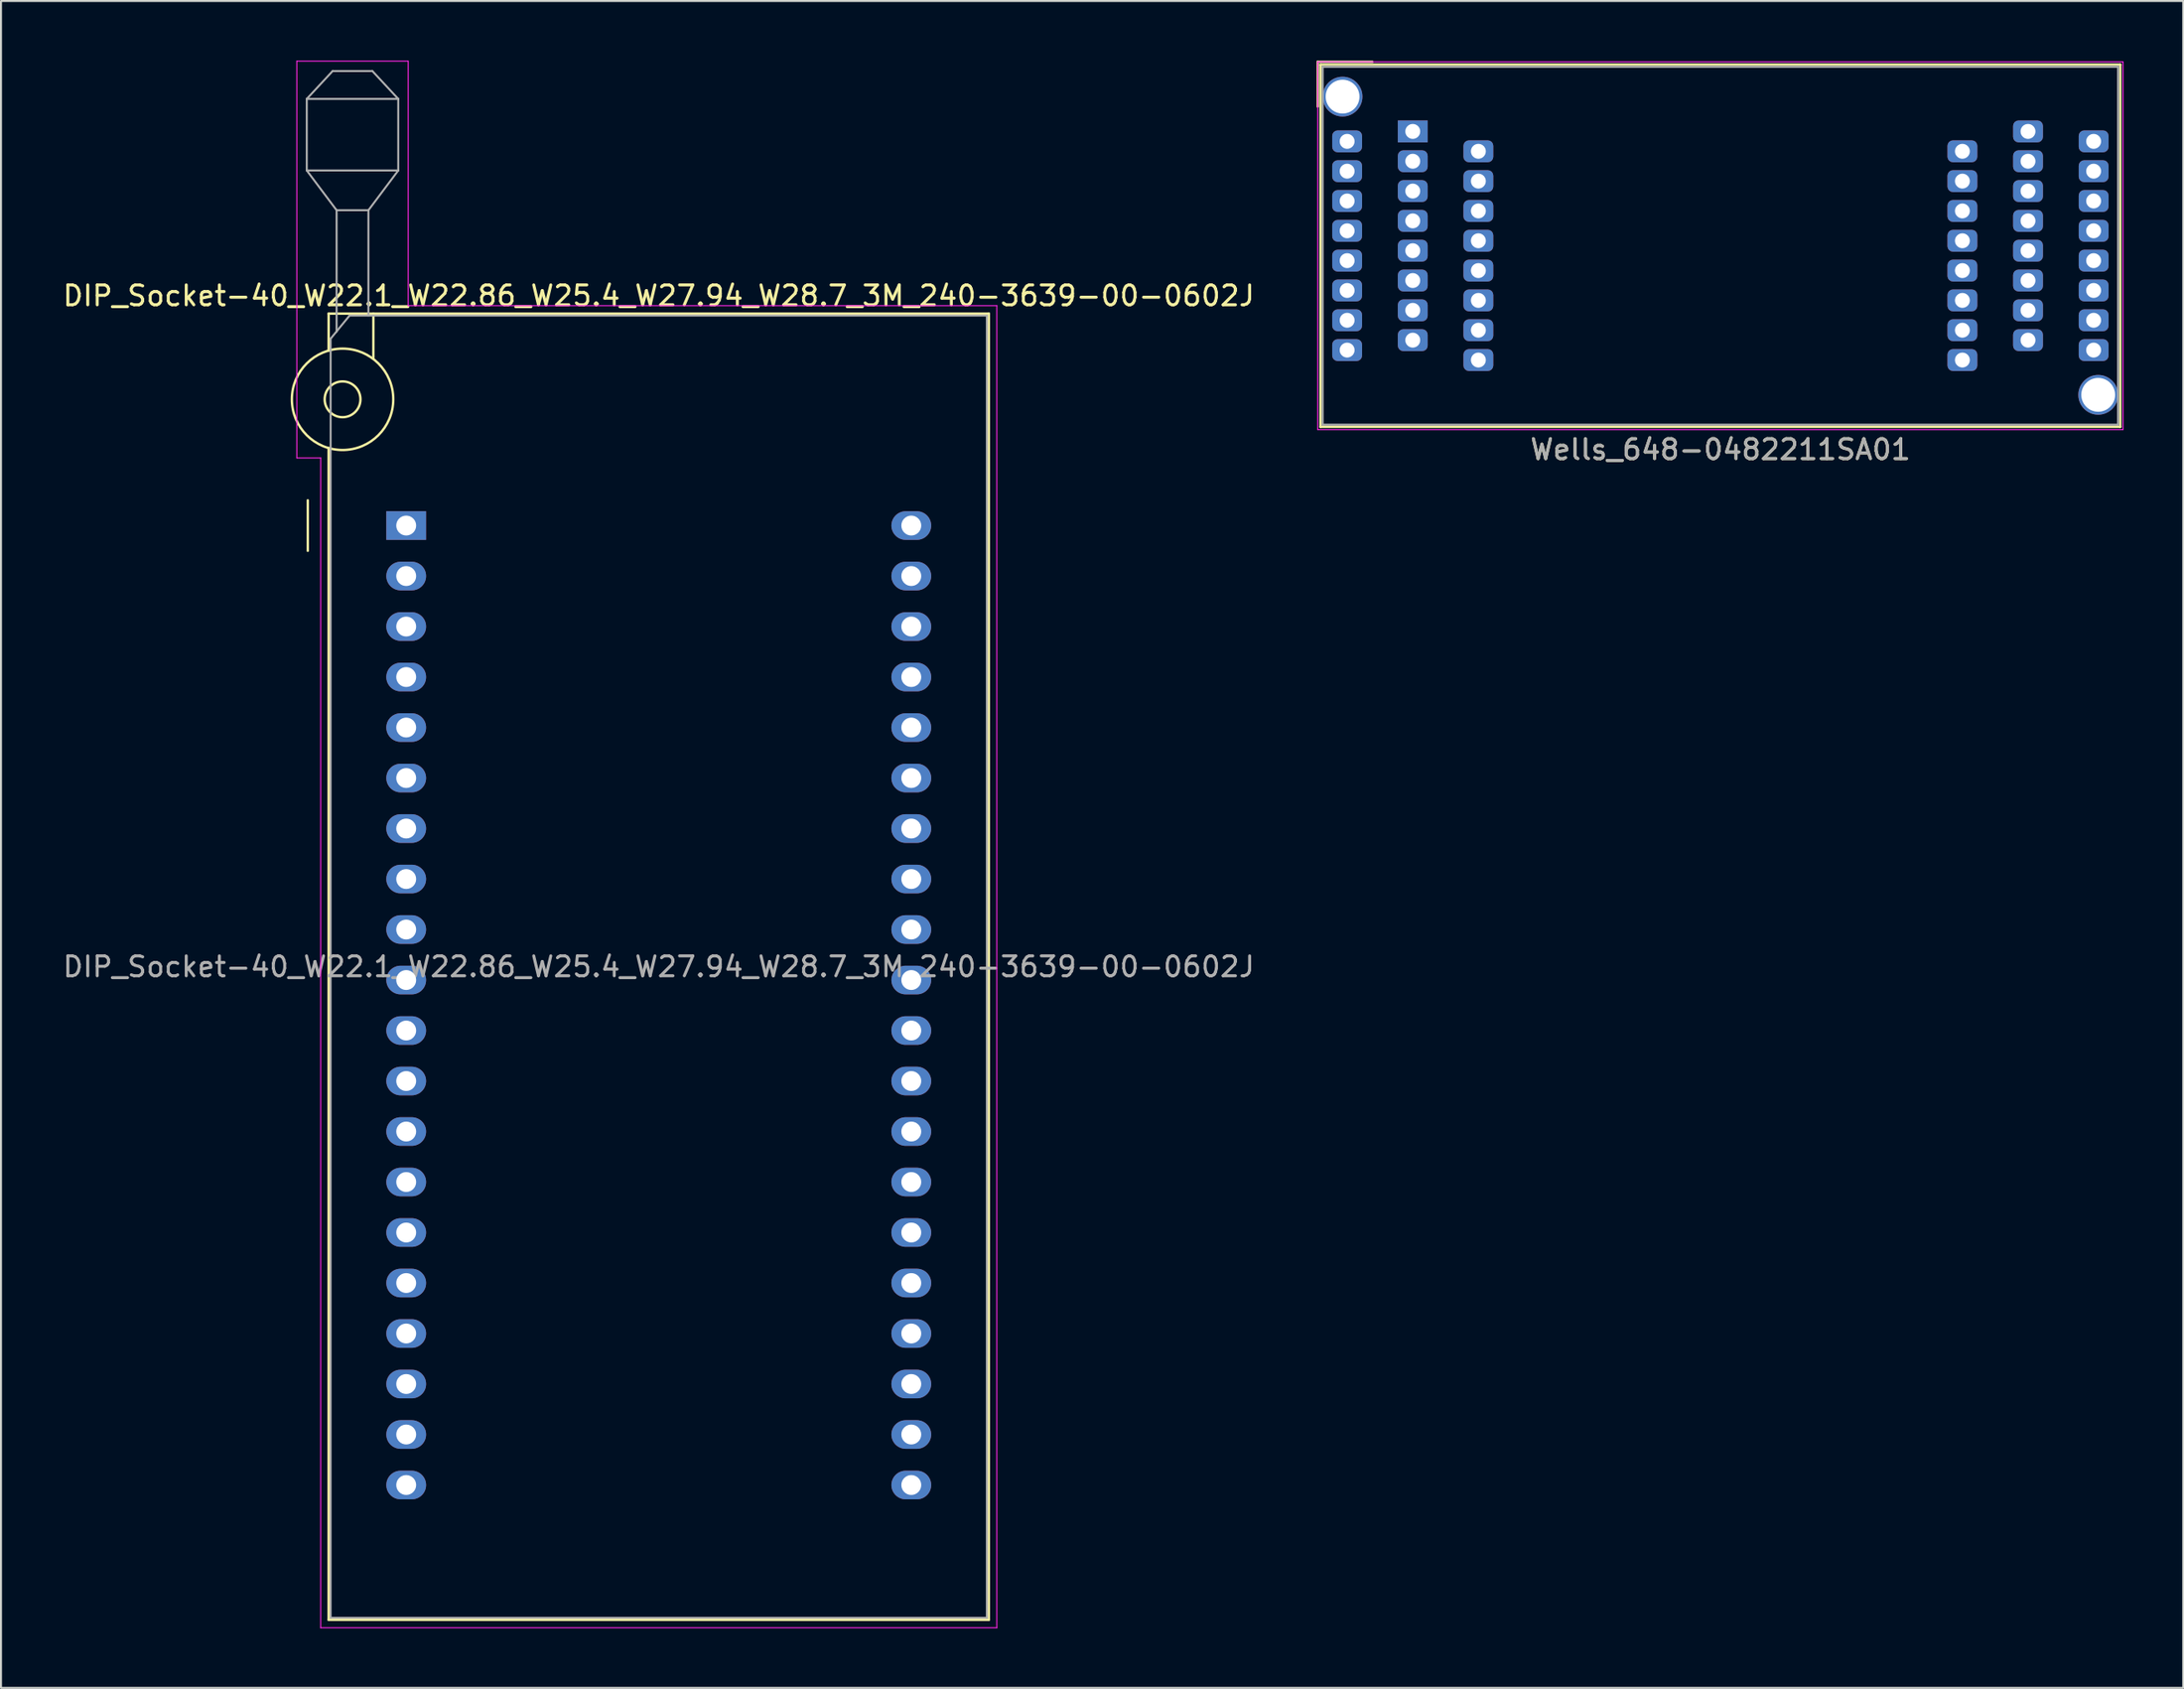
<source format=kicad_pcb>
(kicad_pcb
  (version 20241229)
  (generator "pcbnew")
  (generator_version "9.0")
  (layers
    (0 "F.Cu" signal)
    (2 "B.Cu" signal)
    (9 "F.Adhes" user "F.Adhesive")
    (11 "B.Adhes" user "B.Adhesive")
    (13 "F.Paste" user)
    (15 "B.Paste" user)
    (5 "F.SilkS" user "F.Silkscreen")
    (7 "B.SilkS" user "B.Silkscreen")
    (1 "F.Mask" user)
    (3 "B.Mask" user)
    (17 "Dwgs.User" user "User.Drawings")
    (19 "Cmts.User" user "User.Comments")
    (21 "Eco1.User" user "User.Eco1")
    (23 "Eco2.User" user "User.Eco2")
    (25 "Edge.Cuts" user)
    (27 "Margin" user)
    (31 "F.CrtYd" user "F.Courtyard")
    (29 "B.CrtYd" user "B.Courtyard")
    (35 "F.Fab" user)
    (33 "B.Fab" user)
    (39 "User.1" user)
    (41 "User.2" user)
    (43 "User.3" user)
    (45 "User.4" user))
  (footprint "DIP_Socket-40_W22.1_W22.86_W25.4_W27.94_W28.7_3M_240-3639-00-0602J"
    (layer "F.Cu")
    (at 17.377 23.385)
    (property "Reference" "DIP_Socket-40_W22.1_W22.86_W25.4_W27.94_W28.7_3M_240-3639-00-0602J" (at 12.7 -11.56 0) (layer "F.SilkS") (effects (font (size 1 1) (thickness 0.15))))
    (attr through_hole)
    (fp_line (start -4.95 1.27) (end -4.95 -1.27) (stroke (width 0.12) (type solid)) (layer "F.SilkS"))
    (fp_line (start -3.9 -10.66) (end -3.9 -8.8) (stroke (width 0.12) (type solid)) (layer "F.SilkS"))
    (fp_line (start -3.9 -3.9) (end -3.9 55.04) (stroke (width 0.12) (type solid)) (layer "F.SilkS"))
    (fp_line (start -3.9 55.04) (end 29.3 55.04) (stroke (width 0.12) (type solid)) (layer "F.SilkS"))
    (fp_line (start -1.65 -10.66) (end -1.65 -8.4) (stroke (width 0.12) (type solid)) (layer "F.SilkS"))
    (fp_line (start 29.3 -10.66) (end -3.9 -10.66) (stroke (width 0.12) (type solid)) (layer "F.SilkS"))
    (fp_line (start 29.3 55.04) (end 29.3 -10.66) (stroke (width 0.12) (type solid)) (layer "F.SilkS"))
    (fp_circle (center -3.2 -6.35) (end -2.3 -6.35) (stroke (width 0.12) (type solid)) (fill no) (layer "F.SilkS"))
    (fp_circle (center -3.2 -6.35) (end -0.65 -6.35) (stroke (width 0.12) (type solid)) (fill no) (layer "F.SilkS"))
    (fp_line (start -5.5 -23.36) (end 0.1 -23.36) (stroke (width 0.05) (type solid)) (layer "F.CrtYd"))
    (fp_line (start -5.5 -3.4) (end -5.5 -23.36) (stroke (width 0.05) (type solid)) (layer "F.CrtYd"))
    (fp_line (start -4.3 -3.4) (end -5.5 -3.4) (stroke (width 0.05) (type solid)) (layer "F.CrtYd"))
    (fp_line (start -4.3 55.44) (end -4.3 -3.4) (stroke (width 0.05) (type solid)) (layer "F.CrtYd"))
    (fp_line (start 0.1 -23.36) (end 0.1 -11.06) (stroke (width 0.05) (type solid)) (layer "F.CrtYd"))
    (fp_line (start 0.1 -11.06) (end 29.7 -11.06) (stroke (width 0.05) (type solid)) (layer "F.CrtYd"))
    (fp_line (start 29.7 -11.06) (end 29.7 55.44) (stroke (width 0.05) (type solid)) (layer "F.CrtYd"))
    (fp_line (start 29.7 55.44) (end -4.3 55.44) (stroke (width 0.05) (type solid)) (layer "F.CrtYd"))
    (fp_line (start -5 -21.46) (end -5 -17.86) (stroke (width 0.1) (type solid)) (layer "F.Fab"))
    (fp_line (start -5 -21.46) (end -3.7 -22.86) (stroke (width 0.1) (type solid)) (layer "F.Fab"))
    (fp_line (start -5 -17.86) (end -3.5 -15.86) (stroke (width 0.1) (type solid)) (layer "F.Fab"))
    (fp_line (start -5 -17.86) (end -0.4 -17.86) (stroke (width 0.1) (type solid)) (layer "F.Fab"))
    (fp_line (start -3.8 -9.4) (end -2.85 -10.56) (stroke (width 0.1) (type solid)) (layer "F.Fab"))
    (fp_line (start -3.8 54.94) (end -3.8 -9.4) (stroke (width 0.1) (type solid)) (layer "F.Fab"))
    (fp_line (start -3.7 -22.86) (end -1.7 -22.86) (stroke (width 0.1) (type solid)) (layer "F.Fab"))
    (fp_line (start -3.5 -15.86) (end -1.9 -15.86) (stroke (width 0.1) (type solid)) (layer "F.Fab"))
    (fp_line (start -3.5 -9.75) (end -3.5 -15.86) (stroke (width 0.1) (type solid)) (layer "F.Fab"))
    (fp_line (start -2.85 -10.56) (end 29.2 -10.56) (stroke (width 0.1) (type solid)) (layer "F.Fab"))
    (fp_line (start -1.9 -15.86) (end -1.9 -10.56) (stroke (width 0.1) (type solid)) (layer "F.Fab"))
    (fp_line (start -1.7 -22.86) (end -0.4 -21.46) (stroke (width 0.1) (type solid)) (layer "F.Fab"))
    (fp_line (start -0.4 -21.46) (end -5 -21.46) (stroke (width 0.1) (type solid)) (layer "F.Fab"))
    (fp_line (start -0.4 -17.86) (end -1.9 -15.86) (stroke (width 0.1) (type solid)) (layer "F.Fab"))
    (fp_line (start -0.4 -17.86) (end -0.4 -21.46) (stroke (width 0.1) (type solid)) (layer "F.Fab"))
    (fp_line (start 29.2 -10.56) (end 29.2 54.94) (stroke (width 0.1) (type solid)) (layer "F.Fab"))
    (fp_line (start 29.2 54.94) (end -3.8 54.94) (stroke (width 0.1) (type solid)) (layer "F.Fab"))
    (fp_text user "${REFERENCE}" (at 12.7 22.19 0) (layer "F.Fab") (effects (font (size 1 1) (thickness 0.15))))
    (pad "1" thru_hole rect (at 0 0) (size 2 1.44) (drill 1) (layers "*.Cu" "*.Mask"))
    (pad "2" thru_hole oval (at 0 2.54) (size 2 1.44) (drill 1) (layers "*.Cu" "*.Mask"))
    (pad "3" thru_hole oval (at 0 5.08) (size 2 1.44) (drill 1) (layers "*.Cu" "*.Mask"))
    (pad "4" thru_hole oval (at 0 7.62) (size 2 1.44) (drill 1) (layers "*.Cu" "*.Mask"))
    (pad "5" thru_hole oval (at 0 10.16) (size 2 1.44) (drill 1) (layers "*.Cu" "*.Mask"))
    (pad "6" thru_hole oval (at 0 12.7) (size 2 1.44) (drill 1) (layers "*.Cu" "*.Mask"))
    (pad "7" thru_hole oval (at 0 15.24) (size 2 1.44) (drill 1) (layers "*.Cu" "*.Mask"))
    (pad "8" thru_hole oval (at 0 17.78) (size 2 1.44) (drill 1) (layers "*.Cu" "*.Mask"))
    (pad "9" thru_hole oval (at 0 20.32) (size 2 1.44) (drill 1) (layers "*.Cu" "*.Mask"))
    (pad "10" thru_hole oval (at 0 22.86) (size 2 1.44) (drill 1) (layers "*.Cu" "*.Mask"))
    (pad "11" thru_hole oval (at 0 25.4) (size 2 1.44) (drill 1) (layers "*.Cu" "*.Mask"))
    (pad "12" thru_hole oval (at 0 27.94) (size 2 1.44) (drill 1) (layers "*.Cu" "*.Mask"))
    (pad "13" thru_hole oval (at 0 30.48) (size 2 1.44) (drill 1) (layers "*.Cu" "*.Mask"))
    (pad "14" thru_hole oval (at 0 33.02) (size 2 1.44) (drill 1) (layers "*.Cu" "*.Mask"))
    (pad "15" thru_hole oval (at 0 35.56) (size 2 1.44) (drill 1) (layers "*.Cu" "*.Mask"))
    (pad "16" thru_hole oval (at 0 38.1) (size 2 1.44) (drill 1) (layers "*.Cu" "*.Mask"))
    (pad "17" thru_hole oval (at 0 40.64) (size 2 1.44) (drill 1) (layers "*.Cu" "*.Mask"))
    (pad "18" thru_hole oval (at 0 43.18) (size 2 1.44) (drill 1) (layers "*.Cu" "*.Mask"))
    (pad "19" thru_hole oval (at 0 45.72) (size 2 1.44) (drill 1) (layers "*.Cu" "*.Mask"))
    (pad "20" thru_hole oval (at 0 48.26) (size 2 1.44) (drill 1) (layers "*.Cu" "*.Mask"))
    (pad "21" thru_hole oval (at 25.4 48.26) (size 2 1.44) (drill 1) (layers "*.Cu" "*.Mask"))
    (pad "22" thru_hole oval (at 25.4 45.72) (size 2 1.44) (drill 1) (layers "*.Cu" "*.Mask"))
    (pad "23" thru_hole oval (at 25.4 43.18) (size 2 1.44) (drill 1) (layers "*.Cu" "*.Mask"))
    (pad "24" thru_hole oval (at 25.4 40.64) (size 2 1.44) (drill 1) (layers "*.Cu" "*.Mask"))
    (pad "25" thru_hole oval (at 25.4 38.1) (size 2 1.44) (drill 1) (layers "*.Cu" "*.Mask"))
    (pad "26" thru_hole oval (at 25.4 35.56) (size 2 1.44) (drill 1) (layers "*.Cu" "*.Mask"))
    (pad "27" thru_hole oval (at 25.4 33.02) (size 2 1.44) (drill 1) (layers "*.Cu" "*.Mask"))
    (pad "28" thru_hole oval (at 25.4 30.48) (size 2 1.44) (drill 1) (layers "*.Cu" "*.Mask"))
    (pad "29" thru_hole oval (at 25.4 27.94) (size 2 1.44) (drill 1) (layers "*.Cu" "*.Mask"))
    (pad "30" thru_hole oval (at 25.4 25.4) (size 2 1.44) (drill 1) (layers "*.Cu" "*.Mask"))
    (pad "31" thru_hole oval (at 25.4 22.86) (size 2 1.44) (drill 1) (layers "*.Cu" "*.Mask"))
    (pad "32" thru_hole oval (at 25.4 20.32) (size 2 1.44) (drill 1) (layers "*.Cu" "*.Mask"))
    (pad "33" thru_hole oval (at 25.4 17.78) (size 2 1.44) (drill 1) (layers "*.Cu" "*.Mask"))
    (pad "34" thru_hole oval (at 25.4 15.24) (size 2 1.44) (drill 1) (layers "*.Cu" "*.Mask"))
    (pad "35" thru_hole oval (at 25.4 12.7) (size 2 1.44) (drill 1) (layers "*.Cu" "*.Mask"))
    (pad "36" thru_hole oval (at 25.4 10.16) (size 2 1.44) (drill 1) (layers "*.Cu" "*.Mask"))
    (pad "37" thru_hole oval (at 25.4 7.62) (size 2 1.44) (drill 1) (layers "*.Cu" "*.Mask"))
    (pad "38" thru_hole oval (at 25.4 5.08) (size 2 1.44) (drill 1) (layers "*.Cu" "*.Mask"))
    (pad "39" thru_hole oval (at 25.4 2.54) (size 2 1.44) (drill 1) (layers "*.Cu" "*.Mask"))
    (pad "40" thru_hole oval (at 25.4 0) (size 2 1.44) (drill 1) (layers "*.Cu" "*.Mask")))
  (footprint "Wells_648-0482211SA01"
    (layer "F.Cu")
    (at 67.995 3.56)
    (property "Reference" "Wells_648-0482211SA01" (at 15.47 16 0) (layer "F.SilkS") (effects (font (size 1 1) (thickness 0.15))))
    (attr through_hole)
    (fp_line (start -4.78 -3.5) (end -4.78 -1.25) (stroke (width 0.12) (type solid)) (layer "F.SilkS"))
    (fp_line (start -4.78 -3.5) (end -2.03 -3.5) (stroke (width 0.12) (type solid)) (layer "F.SilkS"))
    (fp_line (start -4.64 -3.36) (end -4.64 14.86) (stroke (width 0.12) (type solid)) (layer "F.SilkS"))
    (fp_line (start -4.64 14.86) (end 35.58 14.86) (stroke (width 0.12) (type solid)) (layer "F.SilkS"))
    (fp_line (start 35.58 -3.36) (end -4.64 -3.36) (stroke (width 0.12) (type solid)) (layer "F.SilkS"))
    (fp_line (start 35.58 14.86) (end 35.58 -3.36) (stroke (width 0.12) (type solid)) (layer "F.SilkS"))
    (fp_line (start -4.78 -3.5) (end -4.78 15) (stroke (width 0.05) (type solid)) (layer "F.CrtYd"))
    (fp_line (start -4.78 15) (end 35.72 15) (stroke (width 0.05) (type solid)) (layer "F.CrtYd"))
    (fp_line (start 35.72 -3.5) (end -4.78 -3.5) (stroke (width 0.05) (type solid)) (layer "F.CrtYd"))
    (fp_line (start 35.72 15) (end 35.72 -3.5) (stroke (width 0.05) (type solid)) (layer "F.CrtYd"))
    (fp_line (start -4.53 -3.25) (end 35.47 -3.25) (stroke (width 0.1) (type solid)) (layer "F.Fab"))
    (fp_line (start -4.53 14.75) (end -4.53 -3.25) (stroke (width 0.1) (type solid)) (layer "F.Fab"))
    (fp_line (start -4.53 14.75) (end 35.47 14.75) (stroke (width 0.1) (type solid)) (layer "F.Fab"))
    (fp_line (start 35.47 14.75) (end 35.47 -3.25) (stroke (width 0.1) (type solid)) (layer "F.Fab"))
    (fp_text user "${REFERENCE}" (at 15.47 16 0) (layer "F.Fab") (effects (font (size 1 1) (thickness 0.15))))
    (pad "" np_thru_hole circle (at -3.53 -1.75) (size 2 2) (drill 1.7) (layers "*.Cu" "*.Mask"))
    (pad "" np_thru_hole circle (at 34.47 13.25) (size 2 2) (drill 1.7) (layers "*.Cu" "*.Mask"))
    (pad "1" thru_hole rect (at 0 0) (size 1.5 1.1) (drill 0.75) (layers "*.Cu" "*.Mask"))
    (pad "2" thru_hole roundrect (at -3.3 0.5) (size 1.5 1.1) (drill 0.75) (layers "*.Cu" "*.Mask") (roundrect_rratio 0.25))
    (pad "3" thru_hole roundrect (at 3.3 1) (size 1.5 1.1) (drill 0.75) (layers "*.Cu" "*.Mask") (roundrect_rratio 0.25))
    (pad "4" thru_hole roundrect (at 0 1.5) (size 1.5 1.1) (drill 0.75) (layers "*.Cu" "*.Mask") (roundrect_rratio 0.25))
    (pad "5" thru_hole roundrect (at -3.3 2) (size 1.5 1.1) (drill 0.75) (layers "*.Cu" "*.Mask") (roundrect_rratio 0.25))
    (pad "6" thru_hole roundrect (at 3.3 2.5) (size 1.5 1.1) (drill 0.75) (layers "*.Cu" "*.Mask") (roundrect_rratio 0.25))
    (pad "7" thru_hole roundrect (at 0 3) (size 1.5 1.1) (drill 0.75) (layers "*.Cu" "*.Mask") (roundrect_rratio 0.25))
    (pad "8" thru_hole roundrect (at -3.3 3.5) (size 1.5 1.1) (drill 0.75) (layers "*.Cu" "*.Mask") (roundrect_rratio 0.25))
    (pad "9" thru_hole roundrect (at 3.3 4) (size 1.5 1.1) (drill 0.75) (layers "*.Cu" "*.Mask") (roundrect_rratio 0.25))
    (pad "10" thru_hole roundrect (at 0 4.5) (size 1.5 1.1) (drill 0.75) (layers "*.Cu" "*.Mask") (roundrect_rratio 0.25))
    (pad "11" thru_hole roundrect (at -3.3 5) (size 1.5 1.1) (drill 0.75) (layers "*.Cu" "*.Mask") (roundrect_rratio 0.25))
    (pad "12" thru_hole roundrect (at 3.3 5.5) (size 1.5 1.1) (drill 0.75) (layers "*.Cu" "*.Mask") (roundrect_rratio 0.25))
    (pad "13" thru_hole roundrect (at 0 6) (size 1.5 1.1) (drill 0.75) (layers "*.Cu" "*.Mask") (roundrect_rratio 0.25))
    (pad "14" thru_hole roundrect (at -3.3 6.5) (size 1.5 1.1) (drill 0.75) (layers "*.Cu" "*.Mask") (roundrect_rratio 0.25))
    (pad "15" thru_hole roundrect (at 3.3 7) (size 1.5 1.1) (drill 0.75) (layers "*.Cu" "*.Mask") (roundrect_rratio 0.25))
    (pad "16" thru_hole roundrect (at 0 7.5) (size 1.5 1.1) (drill 0.75) (layers "*.Cu" "*.Mask") (roundrect_rratio 0.25))
    (pad "17" thru_hole roundrect (at -3.3 8) (size 1.5 1.1) (drill 0.75) (layers "*.Cu" "*.Mask") (roundrect_rratio 0.25))
    (pad "18" thru_hole roundrect (at 3.3 8.5) (size 1.5 1.1) (drill 0.75) (layers "*.Cu" "*.Mask") (roundrect_rratio 0.25))
    (pad "19" thru_hole roundrect (at 0 9) (size 1.5 1.1) (drill 0.75) (layers "*.Cu" "*.Mask") (roundrect_rratio 0.25))
    (pad "20" thru_hole roundrect (at -3.3 9.5) (size 1.5 1.1) (drill 0.75) (layers "*.Cu" "*.Mask") (roundrect_rratio 0.25))
    (pad "21" thru_hole roundrect (at 3.3 10) (size 1.5 1.1) (drill 0.75) (layers "*.Cu" "*.Mask") (roundrect_rratio 0.25))
    (pad "22" thru_hole roundrect (at 0 10.5) (size 1.5 1.1) (drill 0.75) (layers "*.Cu" "*.Mask") (roundrect_rratio 0.25))
    (pad "23" thru_hole roundrect (at -3.3 11) (size 1.5 1.1) (drill 0.75) (layers "*.Cu" "*.Mask") (roundrect_rratio 0.25))
    (pad "24" thru_hole roundrect (at 3.3 11.5) (size 1.5 1.1) (drill 0.75) (layers "*.Cu" "*.Mask") (roundrect_rratio 0.25))
    (pad "25" thru_hole roundrect (at 27.64 11.5) (size 1.5 1.1) (drill 0.75) (layers "*.Cu" "*.Mask") (roundrect_rratio 0.25))
    (pad "26" thru_hole roundrect (at 34.24 11) (size 1.5 1.1) (drill 0.75) (layers "*.Cu" "*.Mask") (roundrect_rratio 0.25))
    (pad "27" thru_hole roundrect (at 30.94 10.5) (size 1.5 1.1) (drill 0.75) (layers "*.Cu" "*.Mask") (roundrect_rratio 0.25))
    (pad "28" thru_hole roundrect (at 27.64 10) (size 1.5 1.1) (drill 0.75) (layers "*.Cu" "*.Mask") (roundrect_rratio 0.25))
    (pad "29" thru_hole roundrect (at 34.24 9.5) (size 1.5 1.1) (drill 0.75) (layers "*.Cu" "*.Mask") (roundrect_rratio 0.25))
    (pad "30" thru_hole roundrect (at 30.94 9) (size 1.5 1.1) (drill 0.75) (layers "*.Cu" "*.Mask") (roundrect_rratio 0.25))
    (pad "31" thru_hole roundrect (at 27.64 8.5) (size 1.5 1.1) (drill 0.75) (layers "*.Cu" "*.Mask") (roundrect_rratio 0.25))
    (pad "32" thru_hole roundrect (at 34.24 8) (size 1.5 1.1) (drill 0.75) (layers "*.Cu" "*.Mask") (roundrect_rratio 0.25))
    (pad "33" thru_hole roundrect (at 30.94 7.5) (size 1.5 1.1) (drill 0.75) (layers "*.Cu" "*.Mask") (roundrect_rratio 0.25))
    (pad "34" thru_hole roundrect (at 27.64 7) (size 1.5 1.1) (drill 0.75) (layers "*.Cu" "*.Mask") (roundrect_rratio 0.25))
    (pad "35" thru_hole roundrect (at 34.24 6.5) (size 1.5 1.1) (drill 0.75) (layers "*.Cu" "*.Mask") (roundrect_rratio 0.25))
    (pad "36" thru_hole roundrect (at 30.94 6) (size 1.5 1.1) (drill 0.75) (layers "*.Cu" "*.Mask") (roundrect_rratio 0.25))
    (pad "37" thru_hole roundrect (at 27.64 5.5) (size 1.5 1.1) (drill 0.75) (layers "*.Cu" "*.Mask") (roundrect_rratio 0.25))
    (pad "38" thru_hole roundrect (at 34.24 5) (size 1.5 1.1) (drill 0.75) (layers "*.Cu" "*.Mask") (roundrect_rratio 0.25))
    (pad "39" thru_hole roundrect (at 30.94 4.5) (size 1.5 1.1) (drill 0.75) (layers "*.Cu" "*.Mask") (roundrect_rratio 0.25))
    (pad "40" thru_hole roundrect (at 27.64 4) (size 1.5 1.1) (drill 0.75) (layers "*.Cu" "*.Mask") (roundrect_rratio 0.25))
    (pad "41" thru_hole roundrect (at 34.24 3.5) (size 1.5 1.1) (drill 0.75) (layers "*.Cu" "*.Mask") (roundrect_rratio 0.25))
    (pad "42" thru_hole roundrect (at 30.94 3) (size 1.5 1.1) (drill 0.75) (layers "*.Cu" "*.Mask") (roundrect_rratio 0.25))
    (pad "43" thru_hole roundrect (at 27.64 2.5) (size 1.5 1.1) (drill 0.75) (layers "*.Cu" "*.Mask") (roundrect_rratio 0.25))
    (pad "44" thru_hole roundrect (at 34.24 2) (size 1.5 1.1) (drill 0.75) (layers "*.Cu" "*.Mask") (roundrect_rratio 0.25))
    (pad "45" thru_hole roundrect (at 30.94 1.5) (size 1.5 1.1) (drill 0.75) (layers "*.Cu" "*.Mask") (roundrect_rratio 0.25))
    (pad "46" thru_hole roundrect (at 27.64 1) (size 1.5 1.1) (drill 0.75) (layers "*.Cu" "*.Mask") (roundrect_rratio 0.25))
    (pad "47" thru_hole roundrect (at 34.24 0.5) (size 1.5 1.1) (drill 0.75) (layers "*.Cu" "*.Mask") (roundrect_rratio 0.25))
    (pad "48" thru_hole roundrect (at 30.94 0) (size 1.5 1.1) (drill 0.75) (layers "*.Cu" "*.Mask") (roundrect_rratio 0.25)))
  (gr_rect
    (start -3 -3)
    (end 106.74 81.85)
    (stroke (width 0.1) (type default))
    (fill no)
    (layer "Edge.Cuts")))
</source>
